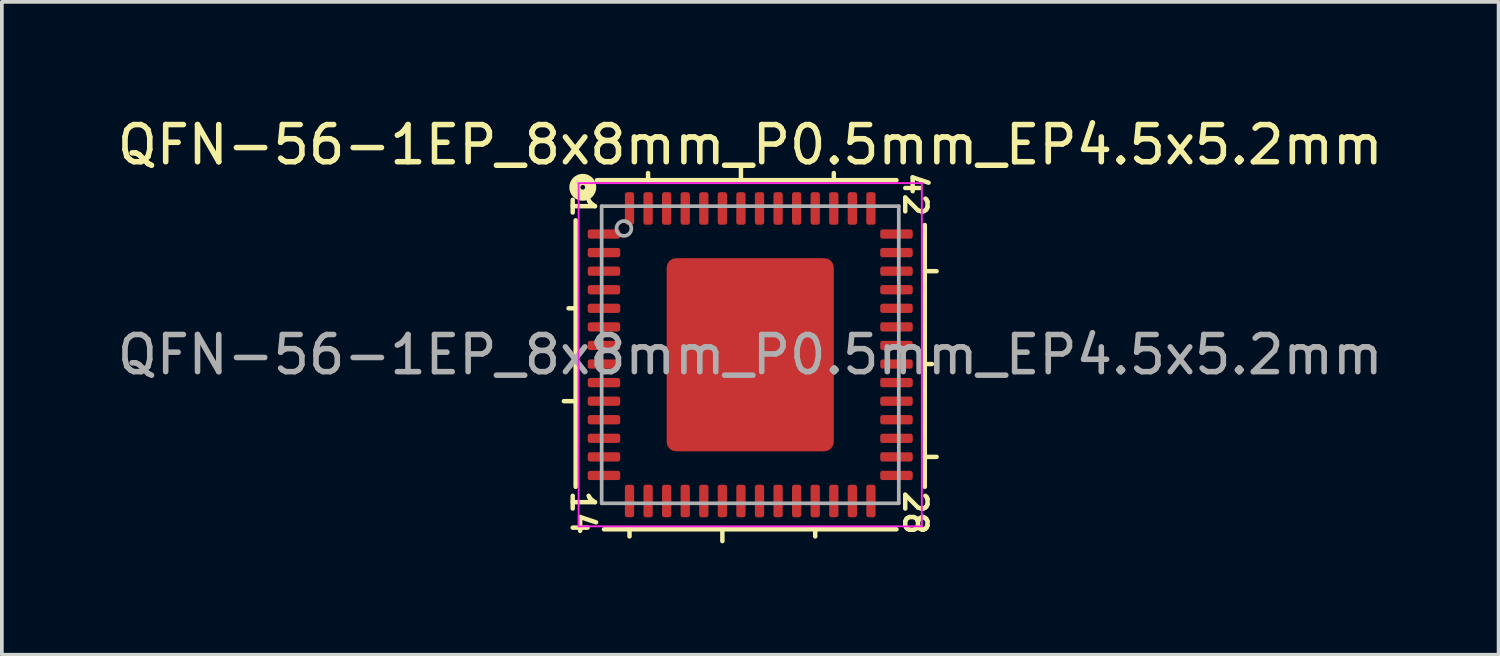
<source format=kicad_pcb>
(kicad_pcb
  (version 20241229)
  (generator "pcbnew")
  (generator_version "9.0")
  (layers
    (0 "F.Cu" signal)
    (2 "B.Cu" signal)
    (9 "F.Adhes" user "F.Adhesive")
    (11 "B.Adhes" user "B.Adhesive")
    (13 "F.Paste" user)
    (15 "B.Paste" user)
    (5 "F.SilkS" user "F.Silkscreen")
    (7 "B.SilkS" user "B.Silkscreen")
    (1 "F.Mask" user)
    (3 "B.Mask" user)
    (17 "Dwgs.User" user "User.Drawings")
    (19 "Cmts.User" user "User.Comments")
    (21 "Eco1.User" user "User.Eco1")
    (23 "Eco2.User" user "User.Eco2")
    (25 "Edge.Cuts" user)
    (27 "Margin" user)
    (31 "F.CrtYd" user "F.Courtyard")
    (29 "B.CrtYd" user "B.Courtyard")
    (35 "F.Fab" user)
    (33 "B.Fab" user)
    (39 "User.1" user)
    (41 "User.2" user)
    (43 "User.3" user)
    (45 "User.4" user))
  (footprint "QFN-56-1EP_8x8mm_P0.5mm_EP4.5x5.2mm"
    (layer "F.Cu")
    (at 17.149 6.501)
    (property "Reference" "QFN-56-1EP_8x8mm_P0.5mm_EP4.5x5.2mm" (at 0 -5.652 0) (layer "F.SilkS") (effects (font (size 1 1) (thickness 0.15))))
    (attr smd)
    (fp_line (start -4.7 -3.619) (end -4.7 3.556) (stroke (width 0.12) (type solid)) (layer "F.SilkS"))
    (fp_line (start -4.7 -1.25) (end -4.891 -1.25) (stroke (width 0.12) (type solid)) (layer "F.SilkS"))
    (fp_line (start -4.7 1.25) (end -5.018 1.25) (stroke (width 0.12) (type solid)) (layer "F.SilkS"))
    (fp_line (start -3.937 4.7) (end 3.937 4.7) (stroke (width 0.12) (type solid)) (layer "F.SilkS"))
    (fp_line (start -3.25 4.891) (end -3.25 4.7) (stroke (width 0.12) (type solid)) (layer "F.SilkS"))
    (fp_line (start -2.75 -4.7) (end -2.75 -4.891) (stroke (width 0.12) (type solid)) (layer "F.SilkS"))
    (fp_line (start -0.75 5.018) (end -0.75 4.7) (stroke (width 0.12) (type solid)) (layer "F.SilkS"))
    (fp_line (start -0.25 -4.7) (end -0.25 -5.018) (stroke (width 0.12) (type solid)) (layer "F.SilkS"))
    (fp_line (start 1.75 4.891) (end 1.75 4.7) (stroke (width 0.12) (type solid)) (layer "F.SilkS"))
    (fp_line (start 2.25 -4.7) (end 2.25 -4.891) (stroke (width 0.12) (type solid)) (layer "F.SilkS"))
    (fp_line (start 3.937 -4.7) (end -4.128 -4.7) (stroke (width 0.12) (type solid)) (layer "F.SilkS"))
    (fp_line (start 4.7 -2.25) (end 5.018 -2.25) (stroke (width 0.12) (type solid)) (layer "F.SilkS"))
    (fp_line (start 4.7 0.25) (end 4.891 0.25) (stroke (width 0.12) (type solid)) (layer "F.SilkS"))
    (fp_line (start 4.7 2.75) (end 5.018 2.75) (stroke (width 0.12) (type solid)) (layer "F.SilkS"))
    (fp_line (start 4.7 3.556) (end 4.7 -3.493) (stroke (width 0.12) (type solid)) (layer "F.SilkS"))
    (fp_circle (center -4.508 -4.508) (end -4.445 -4.508) (stroke (width 0.3) (type solid)) (fill no) (layer "F.SilkS"))
    (fp_line (start -4.62 -4.62) (end -4.62 4.62) (stroke (width 0.05) (type solid)) (layer "F.CrtYd"))
    (fp_line (start -4.62 4.62) (end 4.62 4.62) (stroke (width 0.05) (type solid)) (layer "F.CrtYd"))
    (fp_line (start 4.62 -4.62) (end -4.62 -4.62) (stroke (width 0.05) (type solid)) (layer "F.CrtYd"))
    (fp_line (start 4.62 4.62) (end 4.62 -4.62) (stroke (width 0.05) (type solid)) (layer "F.CrtYd"))
    (fp_line (start -4 -4) (end 4 -4) (stroke (width 0.1) (type solid)) (layer "F.Fab"))
    (fp_line (start -4 4) (end -4 -4) (stroke (width 0.1) (type solid)) (layer "F.Fab"))
    (fp_line (start 4 -4) (end 4 4) (stroke (width 0.1) (type solid)) (layer "F.Fab"))
    (fp_line (start 4 4) (end -4 4) (stroke (width 0.1) (type solid)) (layer "F.Fab"))
    (fp_circle (center -3.4 -3.4) (end -3.2 -3.4) (stroke (width 0.1) (type solid)) (fill no) (layer "F.Fab"))
    (fp_text user "42" (at 4.445 -4.318 270) (unlocked yes) (layer "F.SilkS") (effects (font (size 0.6 0.6) (thickness 0.12))))
    (fp_text user "1" (at -4.508 -4 270) (unlocked yes) (layer "F.SilkS") (effects (font (size 0.6 0.6) (thickness 0.12))))
    (fp_text user "28" (at 4.445 4.255 270) (unlocked yes) (layer "F.SilkS") (effects (font (size 0.6 0.6) (thickness 0.12))))
    (fp_text user "14" (at -4.508 4.255 270) (unlocked yes) (layer "F.SilkS") (effects (font (size 0.6 0.6) (thickness 0.12))))
    (fp_text user "${REFERENCE}" (at 0 0 0) (layer "F.Fab") (effects (font (size 1 1) (thickness 0.15))))
    (pad "" smd roundrect (at -1.68 -1.95) (size 0.91 1.05) (layers "F.Paste") (roundrect_rratio 0.25))
    (pad "" smd roundrect (at -1.68 -0.65) (size 0.91 1.05) (layers "F.Paste") (roundrect_rratio 0.25))
    (pad "" smd roundrect (at -1.68 0.65) (size 0.91 1.05) (layers "F.Paste") (roundrect_rratio 0.25))
    (pad "" smd roundrect (at -1.68 1.95) (size 0.91 1.05) (layers "F.Paste") (roundrect_rratio 0.25))
    (pad "" smd roundrect (at -0.56 -1.95) (size 0.91 1.05) (layers "F.Paste") (roundrect_rratio 0.25))
    (pad "" smd roundrect (at -0.56 -0.65) (size 0.91 1.05) (layers "F.Paste") (roundrect_rratio 0.25))
    (pad "" smd roundrect (at -0.56 0.65) (size 0.91 1.05) (layers "F.Paste") (roundrect_rratio 0.25))
    (pad "" smd roundrect (at -0.56 1.95) (size 0.91 1.05) (layers "F.Paste") (roundrect_rratio 0.25))
    (pad "" smd roundrect (at 0.56 -1.95) (size 0.91 1.05) (layers "F.Paste") (roundrect_rratio 0.25))
    (pad "" smd roundrect (at 0.56 -0.65) (size 0.91 1.05) (layers "F.Paste") (roundrect_rratio 0.25))
    (pad "" smd roundrect (at 0.56 0.65) (size 0.91 1.05) (layers "F.Paste") (roundrect_rratio 0.25))
    (pad "" smd roundrect (at 0.56 1.95) (size 0.91 1.05) (layers "F.Paste") (roundrect_rratio 0.25))
    (pad "" smd roundrect (at 1.68 -1.95) (size 0.91 1.05) (layers "F.Paste") (roundrect_rratio 0.25))
    (pad "" smd roundrect (at 1.68 -0.65) (size 0.91 1.05) (layers "F.Paste") (roundrect_rratio 0.25))
    (pad "" smd roundrect (at 1.68 0.65) (size 0.91 1.05) (layers "F.Paste") (roundrect_rratio 0.25))
    (pad "" smd roundrect (at 1.68 1.95) (size 0.91 1.05) (layers "F.Paste") (roundrect_rratio 0.25))
    (pad "1" smd roundrect (at -3.938 -3.25) (size 0.875 0.25) (layers "F.Cu" "F.Mask" "F.Paste") (roundrect_rratio 0.25))
    (pad "2" smd roundrect (at -3.938 -2.75) (size 0.875 0.25) (layers "F.Cu" "F.Mask" "F.Paste") (roundrect_rratio 0.25))
    (pad "3" smd roundrect (at -3.938 -2.25) (size 0.875 0.25) (layers "F.Cu" "F.Mask" "F.Paste") (roundrect_rratio 0.25))
    (pad "4" smd roundrect (at -3.938 -1.75) (size 0.875 0.25) (layers "F.Cu" "F.Mask" "F.Paste") (roundrect_rratio 0.25))
    (pad "5" smd roundrect (at -3.938 -1.25) (size 0.875 0.25) (layers "F.Cu" "F.Mask" "F.Paste") (roundrect_rratio 0.25))
    (pad "6" smd roundrect (at -3.938 -0.75) (size 0.875 0.25) (layers "F.Cu" "F.Mask" "F.Paste") (roundrect_rratio 0.25))
    (pad "7" smd roundrect (at -3.938 -0.25) (size 0.875 0.25) (layers "F.Cu" "F.Mask" "F.Paste") (roundrect_rratio 0.25))
    (pad "8" smd roundrect (at -3.938 0.25) (size 0.875 0.25) (layers "F.Cu" "F.Mask" "F.Paste") (roundrect_rratio 0.25))
    (pad "9" smd roundrect (at -3.938 0.75) (size 0.875 0.25) (layers "F.Cu" "F.Mask" "F.Paste") (roundrect_rratio 0.25))
    (pad "10" smd roundrect (at -3.938 1.25) (size 0.875 0.25) (layers "F.Cu" "F.Mask" "F.Paste") (roundrect_rratio 0.25))
    (pad "11" smd roundrect (at -3.938 1.75) (size 0.875 0.25) (layers "F.Cu" "F.Mask" "F.Paste") (roundrect_rratio 0.25))
    (pad "12" smd roundrect (at -3.938 2.25) (size 0.875 0.25) (layers "F.Cu" "F.Mask" "F.Paste") (roundrect_rratio 0.25))
    (pad "13" smd roundrect (at -3.938 2.75) (size 0.875 0.25) (layers "F.Cu" "F.Mask" "F.Paste") (roundrect_rratio 0.25))
    (pad "14" smd roundrect (at -3.938 3.25) (size 0.875 0.25) (layers "F.Cu" "F.Mask" "F.Paste") (roundrect_rratio 0.25))
    (pad "15" smd roundrect (at -3.25 3.938) (size 0.25 0.875) (layers "F.Cu" "F.Mask" "F.Paste") (roundrect_rratio 0.25))
    (pad "16" smd roundrect (at -2.75 3.938) (size 0.25 0.875) (layers "F.Cu" "F.Mask" "F.Paste") (roundrect_rratio 0.25))
    (pad "17" smd roundrect (at -2.25 3.938) (size 0.25 0.875) (layers "F.Cu" "F.Mask" "F.Paste") (roundrect_rratio 0.25))
    (pad "18" smd roundrect (at -1.75 3.938) (size 0.25 0.875) (layers "F.Cu" "F.Mask" "F.Paste") (roundrect_rratio 0.25))
    (pad "19" smd roundrect (at -1.25 3.938) (size 0.25 0.875) (layers "F.Cu" "F.Mask" "F.Paste") (roundrect_rratio 0.25))
    (pad "20" smd roundrect (at -0.75 3.938) (size 0.25 0.875) (layers "F.Cu" "F.Mask" "F.Paste") (roundrect_rratio 0.25))
    (pad "21" smd roundrect (at -0.25 3.938) (size 0.25 0.875) (layers "F.Cu" "F.Mask" "F.Paste") (roundrect_rratio 0.25))
    (pad "22" smd roundrect (at 0.25 3.938) (size 0.25 0.875) (layers "F.Cu" "F.Mask" "F.Paste") (roundrect_rratio 0.25))
    (pad "23" smd roundrect (at 0.75 3.938) (size 0.25 0.875) (layers "F.Cu" "F.Mask" "F.Paste") (roundrect_rratio 0.25))
    (pad "24" smd roundrect (at 1.25 3.938) (size 0.25 0.875) (layers "F.Cu" "F.Mask" "F.Paste") (roundrect_rratio 0.25))
    (pad "25" smd roundrect (at 1.75 3.938) (size 0.25 0.875) (layers "F.Cu" "F.Mask" "F.Paste") (roundrect_rratio 0.25))
    (pad "26" smd roundrect (at 2.25 3.938) (size 0.25 0.875) (layers "F.Cu" "F.Mask" "F.Paste") (roundrect_rratio 0.25))
    (pad "27" smd roundrect (at 2.75 3.938) (size 0.25 0.875) (layers "F.Cu" "F.Mask" "F.Paste") (roundrect_rratio 0.25))
    (pad "28" smd roundrect (at 3.25 3.938) (size 0.25 0.875) (layers "F.Cu" "F.Mask" "F.Paste") (roundrect_rratio 0.25))
    (pad "29" smd roundrect (at 3.938 3.25) (size 0.875 0.25) (layers "F.Cu" "F.Mask" "F.Paste") (roundrect_rratio 0.25))
    (pad "30" smd roundrect (at 3.938 2.75) (size 0.875 0.25) (layers "F.Cu" "F.Mask" "F.Paste") (roundrect_rratio 0.25))
    (pad "31" smd roundrect (at 3.938 2.25) (size 0.875 0.25) (layers "F.Cu" "F.Mask" "F.Paste") (roundrect_rratio 0.25))
    (pad "32" smd roundrect (at 3.938 1.75) (size 0.875 0.25) (layers "F.Cu" "F.Mask" "F.Paste") (roundrect_rratio 0.25))
    (pad "33" smd roundrect (at 3.938 1.25) (size 0.875 0.25) (layers "F.Cu" "F.Mask" "F.Paste") (roundrect_rratio 0.25))
    (pad "34" smd roundrect (at 3.938 0.75) (size 0.875 0.25) (layers "F.Cu" "F.Mask" "F.Paste") (roundrect_rratio 0.25))
    (pad "35" smd roundrect (at 3.938 0.25) (size 0.875 0.25) (layers "F.Cu" "F.Mask" "F.Paste") (roundrect_rratio 0.25))
    (pad "36" smd roundrect (at 3.938 -0.25) (size 0.875 0.25) (layers "F.Cu" "F.Mask" "F.Paste") (roundrect_rratio 0.25))
    (pad "37" smd roundrect (at 3.938 -0.75) (size 0.875 0.25) (layers "F.Cu" "F.Mask" "F.Paste") (roundrect_rratio 0.25))
    (pad "38" smd roundrect (at 3.938 -1.25) (size 0.875 0.25) (layers "F.Cu" "F.Mask" "F.Paste") (roundrect_rratio 0.25))
    (pad "39" smd roundrect (at 3.938 -1.75) (size 0.875 0.25) (layers "F.Cu" "F.Mask" "F.Paste") (roundrect_rratio 0.25))
    (pad "40" smd roundrect (at 3.938 -2.25) (size 0.875 0.25) (layers "F.Cu" "F.Mask" "F.Paste") (roundrect_rratio 0.25))
    (pad "41" smd roundrect (at 3.938 -2.75) (size 0.875 0.25) (layers "F.Cu" "F.Mask" "F.Paste") (roundrect_rratio 0.25))
    (pad "42" smd roundrect (at 3.938 -3.25) (size 0.875 0.25) (layers "F.Cu" "F.Mask" "F.Paste") (roundrect_rratio 0.25))
    (pad "43" smd roundrect (at 3.25 -3.938) (size 0.25 0.875) (layers "F.Cu" "F.Mask" "F.Paste") (roundrect_rratio 0.25))
    (pad "44" smd roundrect (at 2.75 -3.938) (size 0.25 0.875) (layers "F.Cu" "F.Mask" "F.Paste") (roundrect_rratio 0.25))
    (pad "45" smd roundrect (at 2.25 -3.938) (size 0.25 0.875) (layers "F.Cu" "F.Mask" "F.Paste") (roundrect_rratio 0.25))
    (pad "46" smd roundrect (at 1.75 -3.938) (size 0.25 0.875) (layers "F.Cu" "F.Mask" "F.Paste") (roundrect_rratio 0.25))
    (pad "47" smd roundrect (at 1.25 -3.938) (size 0.25 0.875) (layers "F.Cu" "F.Mask" "F.Paste") (roundrect_rratio 0.25))
    (pad "48" smd roundrect (at 0.75 -3.938) (size 0.25 0.875) (layers "F.Cu" "F.Mask" "F.Paste") (roundrect_rratio 0.25))
    (pad "49" smd roundrect (at 0.25 -3.938) (size 0.25 0.875) (layers "F.Cu" "F.Mask" "F.Paste") (roundrect_rratio 0.25))
    (pad "50" smd roundrect (at -0.25 -3.938) (size 0.25 0.875) (layers "F.Cu" "F.Mask" "F.Paste") (roundrect_rratio 0.25))
    (pad "51" smd roundrect (at -0.75 -3.938) (size 0.25 0.875) (layers "F.Cu" "F.Mask" "F.Paste") (roundrect_rratio 0.25))
    (pad "52" smd roundrect (at -1.25 -3.938) (size 0.25 0.875) (layers "F.Cu" "F.Mask" "F.Paste") (roundrect_rratio 0.25))
    (pad "53" smd roundrect (at -1.75 -3.938) (size 0.25 0.875) (layers "F.Cu" "F.Mask" "F.Paste") (roundrect_rratio 0.25))
    (pad "54" smd roundrect (at -2.25 -3.938) (size 0.25 0.875) (layers "F.Cu" "F.Mask" "F.Paste") (roundrect_rratio 0.25))
    (pad "55" smd roundrect (at -2.75 -3.938) (size 0.25 0.875) (layers "F.Cu" "F.Mask" "F.Paste") (roundrect_rratio 0.25))
    (pad "56" smd roundrect (at -3.25 -3.938) (size 0.25 0.875) (layers "F.Cu" "F.Mask" "F.Paste") (roundrect_rratio 0.25))
    (pad "57" smd roundrect (at 0 0) (size 4.5 5.2) (layers "F.Cu" "F.Mask") (roundrect_rratio 0.056)))
  (gr_rect
    (start -3 -3)
    (end 37.298 14.578)
    (stroke (width 0.1) (type default))
    (fill no)
    (layer "Edge.Cuts")))
</source>
